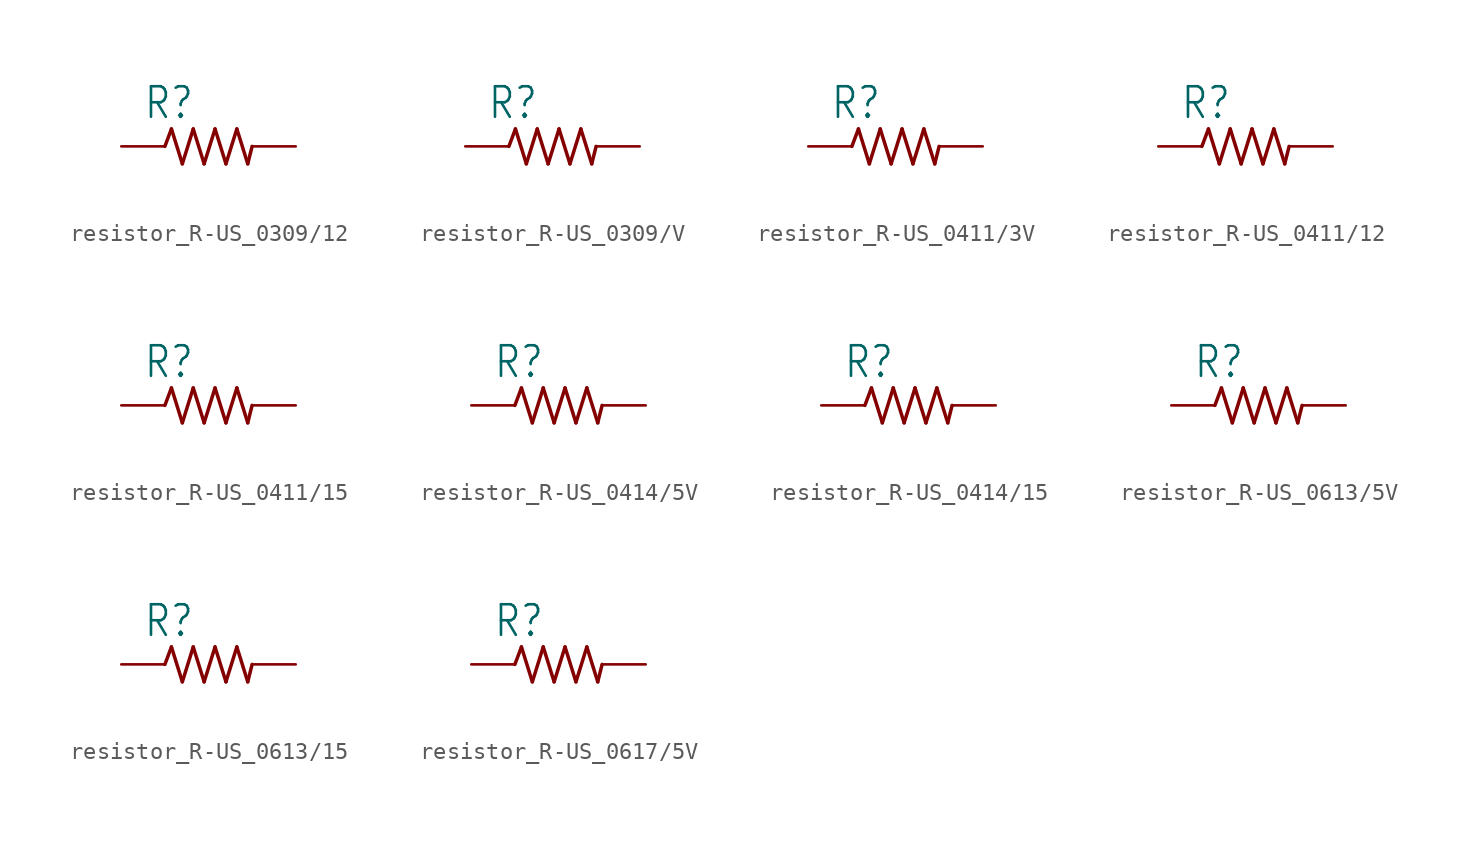
<source format=kicad_sym>
(kicad_symbol_lib
  (version 20231120)
  (generator "kicad_symbol_editor")
  (generator_version "8.0")
  (symbol "resistor_R-US_0309/12"
    (property "Reference" "R"
      (at -3.81 1.499 0)
      (effects (font (size 1.778 1.511)) (justify left bottom)))
    (property "Value" ""
      (at -3.81 -3.302 0)
      (effects (font (size 1.778 1.511)) (justify left bottom)))
    (property "ki_locked" ""
      (at 0 0 0)
      (effects (font (size 1.27 1.27))))
    (symbol "resistor_R-US_0309/12_1_0"
      (polyline (pts (xy -2.54 0) (xy -2.159 1.016)) (stroke (width 0.203) (type solid)) (fill (type none)))
      (polyline (pts (xy -2.159 1.016) (xy -1.524 -1.016)) (stroke (width 0.203) (type solid)) (fill (type none)))
      (polyline (pts (xy -1.524 -1.016) (xy -0.889 1.016)) (stroke (width 0.203) (type solid)) (fill (type none)))
      (polyline (pts (xy -0.889 1.016) (xy -0.254 -1.016)) (stroke (width 0.203) (type solid)) (fill (type none)))
      (polyline (pts (xy -0.254 -1.016) (xy 0.381 1.016)) (stroke (width 0.203) (type solid)) (fill (type none)))
      (polyline (pts (xy 0.381 1.016) (xy 1.016 -1.016)) (stroke (width 0.203) (type solid)) (fill (type none)))
      (polyline (pts (xy 1.016 -1.016) (xy 1.651 1.016)) (stroke (width 0.203) (type solid)) (fill (type none)))
      (polyline (pts (xy 1.651 1.016) (xy 2.286 -1.016)) (stroke (width 0.203) (type solid)) (fill (type none)))
      (polyline (pts (xy 2.286 -1.016) (xy 2.54 0)) (stroke (width 0.203) (type solid)) (fill (type none)))
      (pin passive line (at -5.08 0 0) (length 2.54) (name "1" (effects (font (size 0 0)))) (number "1" (effects (font (size 0 0)))))
      (pin passive line (at 5.08 0 180) (length 2.54) (name "2" (effects (font (size 0 0)))) (number "2" (effects (font (size 0 0)))))))
  (symbol "resistor_R-US_0309/V"
    (property "Reference" "R"
      (at -3.81 1.499 0)
      (effects (font (size 1.778 1.511)) (justify left bottom)))
    (property "Value" ""
      (at -3.81 -3.302 0)
      (effects (font (size 1.778 1.511)) (justify left bottom)))
    (property "ki_locked" ""
      (at 0 0 0)
      (effects (font (size 1.27 1.27))))
    (symbol "resistor_R-US_0309/V_1_0"
      (polyline (pts (xy -2.54 0) (xy -2.159 1.016)) (stroke (width 0.203) (type solid)) (fill (type none)))
      (polyline (pts (xy -2.159 1.016) (xy -1.524 -1.016)) (stroke (width 0.203) (type solid)) (fill (type none)))
      (polyline (pts (xy -1.524 -1.016) (xy -0.889 1.016)) (stroke (width 0.203) (type solid)) (fill (type none)))
      (polyline (pts (xy -0.889 1.016) (xy -0.254 -1.016)) (stroke (width 0.203) (type solid)) (fill (type none)))
      (polyline (pts (xy -0.254 -1.016) (xy 0.381 1.016)) (stroke (width 0.203) (type solid)) (fill (type none)))
      (polyline (pts (xy 0.381 1.016) (xy 1.016 -1.016)) (stroke (width 0.203) (type solid)) (fill (type none)))
      (polyline (pts (xy 1.016 -1.016) (xy 1.651 1.016)) (stroke (width 0.203) (type solid)) (fill (type none)))
      (polyline (pts (xy 1.651 1.016) (xy 2.286 -1.016)) (stroke (width 0.203) (type solid)) (fill (type none)))
      (polyline (pts (xy 2.286 -1.016) (xy 2.54 0)) (stroke (width 0.203) (type solid)) (fill (type none)))
      (pin passive line (at -5.08 0 0) (length 2.54) (name "1" (effects (font (size 0 0)))) (number "1" (effects (font (size 0 0)))))
      (pin passive line (at 5.08 0 180) (length 2.54) (name "2" (effects (font (size 0 0)))) (number "2" (effects (font (size 0 0)))))))
  (symbol "resistor_R-US_0411/3V"
    (property "Reference" "R"
      (at -3.81 1.499 0)
      (effects (font (size 1.778 1.511)) (justify left bottom)))
    (property "Value" ""
      (at -3.81 -3.302 0)
      (effects (font (size 1.778 1.511)) (justify left bottom)))
    (property "ki_locked" ""
      (at 0 0 0)
      (effects (font (size 1.27 1.27))))
    (symbol "resistor_R-US_0411/3V_1_0"
      (polyline (pts (xy -2.54 0) (xy -2.159 1.016)) (stroke (width 0.203) (type solid)) (fill (type none)))
      (polyline (pts (xy -2.159 1.016) (xy -1.524 -1.016)) (stroke (width 0.203) (type solid)) (fill (type none)))
      (polyline (pts (xy -1.524 -1.016) (xy -0.889 1.016)) (stroke (width 0.203) (type solid)) (fill (type none)))
      (polyline (pts (xy -0.889 1.016) (xy -0.254 -1.016)) (stroke (width 0.203) (type solid)) (fill (type none)))
      (polyline (pts (xy -0.254 -1.016) (xy 0.381 1.016)) (stroke (width 0.203) (type solid)) (fill (type none)))
      (polyline (pts (xy 0.381 1.016) (xy 1.016 -1.016)) (stroke (width 0.203) (type solid)) (fill (type none)))
      (polyline (pts (xy 1.016 -1.016) (xy 1.651 1.016)) (stroke (width 0.203) (type solid)) (fill (type none)))
      (polyline (pts (xy 1.651 1.016) (xy 2.286 -1.016)) (stroke (width 0.203) (type solid)) (fill (type none)))
      (polyline (pts (xy 2.286 -1.016) (xy 2.54 0)) (stroke (width 0.203) (type solid)) (fill (type none)))
      (pin passive line (at -5.08 0 0) (length 2.54) (name "1" (effects (font (size 0 0)))) (number "1" (effects (font (size 0 0)))))
      (pin passive line (at 5.08 0 180) (length 2.54) (name "2" (effects (font (size 0 0)))) (number "2" (effects (font (size 0 0)))))))
  (symbol "resistor_R-US_0411/12"
    (property "Reference" "R"
      (at -3.81 1.499 0)
      (effects (font (size 1.778 1.511)) (justify left bottom)))
    (property "Value" ""
      (at -3.81 -3.302 0)
      (effects (font (size 1.778 1.511)) (justify left bottom)))
    (property "ki_locked" ""
      (at 0 0 0)
      (effects (font (size 1.27 1.27))))
    (symbol "resistor_R-US_0411/12_1_0"
      (polyline (pts (xy -2.54 0) (xy -2.159 1.016)) (stroke (width 0.203) (type solid)) (fill (type none)))
      (polyline (pts (xy -2.159 1.016) (xy -1.524 -1.016)) (stroke (width 0.203) (type solid)) (fill (type none)))
      (polyline (pts (xy -1.524 -1.016) (xy -0.889 1.016)) (stroke (width 0.203) (type solid)) (fill (type none)))
      (polyline (pts (xy -0.889 1.016) (xy -0.254 -1.016)) (stroke (width 0.203) (type solid)) (fill (type none)))
      (polyline (pts (xy -0.254 -1.016) (xy 0.381 1.016)) (stroke (width 0.203) (type solid)) (fill (type none)))
      (polyline (pts (xy 0.381 1.016) (xy 1.016 -1.016)) (stroke (width 0.203) (type solid)) (fill (type none)))
      (polyline (pts (xy 1.016 -1.016) (xy 1.651 1.016)) (stroke (width 0.203) (type solid)) (fill (type none)))
      (polyline (pts (xy 1.651 1.016) (xy 2.286 -1.016)) (stroke (width 0.203) (type solid)) (fill (type none)))
      (polyline (pts (xy 2.286 -1.016) (xy 2.54 0)) (stroke (width 0.203) (type solid)) (fill (type none)))
      (pin passive line (at -5.08 0 0) (length 2.54) (name "1" (effects (font (size 0 0)))) (number "1" (effects (font (size 0 0)))))
      (pin passive line (at 5.08 0 180) (length 2.54) (name "2" (effects (font (size 0 0)))) (number "2" (effects (font (size 0 0)))))))
  (symbol "resistor_R-US_0411/15"
    (property "Reference" "R"
      (at -3.81 1.499 0)
      (effects (font (size 1.778 1.511)) (justify left bottom)))
    (property "Value" ""
      (at -3.81 -3.302 0)
      (effects (font (size 1.778 1.511)) (justify left bottom)))
    (property "ki_locked" ""
      (at 0 0 0)
      (effects (font (size 1.27 1.27))))
    (symbol "resistor_R-US_0411/15_1_0"
      (polyline (pts (xy -2.54 0) (xy -2.159 1.016)) (stroke (width 0.203) (type solid)) (fill (type none)))
      (polyline (pts (xy -2.159 1.016) (xy -1.524 -1.016)) (stroke (width 0.203) (type solid)) (fill (type none)))
      (polyline (pts (xy -1.524 -1.016) (xy -0.889 1.016)) (stroke (width 0.203) (type solid)) (fill (type none)))
      (polyline (pts (xy -0.889 1.016) (xy -0.254 -1.016)) (stroke (width 0.203) (type solid)) (fill (type none)))
      (polyline (pts (xy -0.254 -1.016) (xy 0.381 1.016)) (stroke (width 0.203) (type solid)) (fill (type none)))
      (polyline (pts (xy 0.381 1.016) (xy 1.016 -1.016)) (stroke (width 0.203) (type solid)) (fill (type none)))
      (polyline (pts (xy 1.016 -1.016) (xy 1.651 1.016)) (stroke (width 0.203) (type solid)) (fill (type none)))
      (polyline (pts (xy 1.651 1.016) (xy 2.286 -1.016)) (stroke (width 0.203) (type solid)) (fill (type none)))
      (polyline (pts (xy 2.286 -1.016) (xy 2.54 0)) (stroke (width 0.203) (type solid)) (fill (type none)))
      (pin passive line (at -5.08 0 0) (length 2.54) (name "1" (effects (font (size 0 0)))) (number "1" (effects (font (size 0 0)))))
      (pin passive line (at 5.08 0 180) (length 2.54) (name "2" (effects (font (size 0 0)))) (number "2" (effects (font (size 0 0)))))))
  (symbol "resistor_R-US_0414/5V"
    (property "Reference" "R"
      (at -3.81 1.499 0)
      (effects (font (size 1.778 1.511)) (justify left bottom)))
    (property "Value" ""
      (at -3.81 -3.302 0)
      (effects (font (size 1.778 1.511)) (justify left bottom)))
    (property "ki_locked" ""
      (at 0 0 0)
      (effects (font (size 1.27 1.27))))
    (symbol "resistor_R-US_0414/5V_1_0"
      (polyline (pts (xy -2.54 0) (xy -2.159 1.016)) (stroke (width 0.203) (type solid)) (fill (type none)))
      (polyline (pts (xy -2.159 1.016) (xy -1.524 -1.016)) (stroke (width 0.203) (type solid)) (fill (type none)))
      (polyline (pts (xy -1.524 -1.016) (xy -0.889 1.016)) (stroke (width 0.203) (type solid)) (fill (type none)))
      (polyline (pts (xy -0.889 1.016) (xy -0.254 -1.016)) (stroke (width 0.203) (type solid)) (fill (type none)))
      (polyline (pts (xy -0.254 -1.016) (xy 0.381 1.016)) (stroke (width 0.203) (type solid)) (fill (type none)))
      (polyline (pts (xy 0.381 1.016) (xy 1.016 -1.016)) (stroke (width 0.203) (type solid)) (fill (type none)))
      (polyline (pts (xy 1.016 -1.016) (xy 1.651 1.016)) (stroke (width 0.203) (type solid)) (fill (type none)))
      (polyline (pts (xy 1.651 1.016) (xy 2.286 -1.016)) (stroke (width 0.203) (type solid)) (fill (type none)))
      (polyline (pts (xy 2.286 -1.016) (xy 2.54 0)) (stroke (width 0.203) (type solid)) (fill (type none)))
      (pin passive line (at -5.08 0 0) (length 2.54) (name "1" (effects (font (size 0 0)))) (number "1" (effects (font (size 0 0)))))
      (pin passive line (at 5.08 0 180) (length 2.54) (name "2" (effects (font (size 0 0)))) (number "2" (effects (font (size 0 0)))))))
  (symbol "resistor_R-US_0414/15"
    (property "Reference" "R"
      (at -3.81 1.499 0)
      (effects (font (size 1.778 1.511)) (justify left bottom)))
    (property "Value" ""
      (at -3.81 -3.302 0)
      (effects (font (size 1.778 1.511)) (justify left bottom)))
    (property "ki_locked" ""
      (at 0 0 0)
      (effects (font (size 1.27 1.27))))
    (symbol "resistor_R-US_0414/15_1_0"
      (polyline (pts (xy -2.54 0) (xy -2.159 1.016)) (stroke (width 0.203) (type solid)) (fill (type none)))
      (polyline (pts (xy -2.159 1.016) (xy -1.524 -1.016)) (stroke (width 0.203) (type solid)) (fill (type none)))
      (polyline (pts (xy -1.524 -1.016) (xy -0.889 1.016)) (stroke (width 0.203) (type solid)) (fill (type none)))
      (polyline (pts (xy -0.889 1.016) (xy -0.254 -1.016)) (stroke (width 0.203) (type solid)) (fill (type none)))
      (polyline (pts (xy -0.254 -1.016) (xy 0.381 1.016)) (stroke (width 0.203) (type solid)) (fill (type none)))
      (polyline (pts (xy 0.381 1.016) (xy 1.016 -1.016)) (stroke (width 0.203) (type solid)) (fill (type none)))
      (polyline (pts (xy 1.016 -1.016) (xy 1.651 1.016)) (stroke (width 0.203) (type solid)) (fill (type none)))
      (polyline (pts (xy 1.651 1.016) (xy 2.286 -1.016)) (stroke (width 0.203) (type solid)) (fill (type none)))
      (polyline (pts (xy 2.286 -1.016) (xy 2.54 0)) (stroke (width 0.203) (type solid)) (fill (type none)))
      (pin passive line (at -5.08 0 0) (length 2.54) (name "1" (effects (font (size 0 0)))) (number "1" (effects (font (size 0 0)))))
      (pin passive line (at 5.08 0 180) (length 2.54) (name "2" (effects (font (size 0 0)))) (number "2" (effects (font (size 0 0)))))))
  (symbol "resistor_R-US_0613/5V"
    (property "Reference" "R"
      (at -3.81 1.499 0)
      (effects (font (size 1.778 1.511)) (justify left bottom)))
    (property "Value" ""
      (at -3.81 -3.302 0)
      (effects (font (size 1.778 1.511)) (justify left bottom)))
    (property "ki_locked" ""
      (at 0 0 0)
      (effects (font (size 1.27 1.27))))
    (symbol "resistor_R-US_0613/5V_1_0"
      (polyline (pts (xy -2.54 0) (xy -2.159 1.016)) (stroke (width 0.203) (type solid)) (fill (type none)))
      (polyline (pts (xy -2.159 1.016) (xy -1.524 -1.016)) (stroke (width 0.203) (type solid)) (fill (type none)))
      (polyline (pts (xy -1.524 -1.016) (xy -0.889 1.016)) (stroke (width 0.203) (type solid)) (fill (type none)))
      (polyline (pts (xy -0.889 1.016) (xy -0.254 -1.016)) (stroke (width 0.203) (type solid)) (fill (type none)))
      (polyline (pts (xy -0.254 -1.016) (xy 0.381 1.016)) (stroke (width 0.203) (type solid)) (fill (type none)))
      (polyline (pts (xy 0.381 1.016) (xy 1.016 -1.016)) (stroke (width 0.203) (type solid)) (fill (type none)))
      (polyline (pts (xy 1.016 -1.016) (xy 1.651 1.016)) (stroke (width 0.203) (type solid)) (fill (type none)))
      (polyline (pts (xy 1.651 1.016) (xy 2.286 -1.016)) (stroke (width 0.203) (type solid)) (fill (type none)))
      (polyline (pts (xy 2.286 -1.016) (xy 2.54 0)) (stroke (width 0.203) (type solid)) (fill (type none)))
      (pin passive line (at -5.08 0 0) (length 2.54) (name "1" (effects (font (size 0 0)))) (number "1" (effects (font (size 0 0)))))
      (pin passive line (at 5.08 0 180) (length 2.54) (name "2" (effects (font (size 0 0)))) (number "2" (effects (font (size 0 0)))))))
  (symbol "resistor_R-US_0613/15"
    (property "Reference" "R"
      (at -3.81 1.499 0)
      (effects (font (size 1.778 1.511)) (justify left bottom)))
    (property "Value" ""
      (at -3.81 -3.302 0)
      (effects (font (size 1.778 1.511)) (justify left bottom)))
    (property "ki_locked" ""
      (at 0 0 0)
      (effects (font (size 1.27 1.27))))
    (symbol "resistor_R-US_0613/15_1_0"
      (polyline (pts (xy -2.54 0) (xy -2.159 1.016)) (stroke (width 0.203) (type solid)) (fill (type none)))
      (polyline (pts (xy -2.159 1.016) (xy -1.524 -1.016)) (stroke (width 0.203) (type solid)) (fill (type none)))
      (polyline (pts (xy -1.524 -1.016) (xy -0.889 1.016)) (stroke (width 0.203) (type solid)) (fill (type none)))
      (polyline (pts (xy -0.889 1.016) (xy -0.254 -1.016)) (stroke (width 0.203) (type solid)) (fill (type none)))
      (polyline (pts (xy -0.254 -1.016) (xy 0.381 1.016)) (stroke (width 0.203) (type solid)) (fill (type none)))
      (polyline (pts (xy 0.381 1.016) (xy 1.016 -1.016)) (stroke (width 0.203) (type solid)) (fill (type none)))
      (polyline (pts (xy 1.016 -1.016) (xy 1.651 1.016)) (stroke (width 0.203) (type solid)) (fill (type none)))
      (polyline (pts (xy 1.651 1.016) (xy 2.286 -1.016)) (stroke (width 0.203) (type solid)) (fill (type none)))
      (polyline (pts (xy 2.286 -1.016) (xy 2.54 0)) (stroke (width 0.203) (type solid)) (fill (type none)))
      (pin passive line (at -5.08 0 0) (length 2.54) (name "1" (effects (font (size 0 0)))) (number "1" (effects (font (size 0 0)))))
      (pin passive line (at 5.08 0 180) (length 2.54) (name "2" (effects (font (size 0 0)))) (number "2" (effects (font (size 0 0)))))))
  (symbol "resistor_R-US_0617/5V"
    (property "Reference" "R"
      (at -3.81 1.499 0)
      (effects (font (size 1.778 1.511)) (justify left bottom)))
    (property "Value" ""
      (at -3.81 -3.302 0)
      (effects (font (size 1.778 1.511)) (justify left bottom)))
    (property "ki_locked" ""
      (at 0 0 0)
      (effects (font (size 1.27 1.27))))
    (symbol "resistor_R-US_0617/5V_1_0"
      (polyline (pts (xy -2.54 0) (xy -2.159 1.016)) (stroke (width 0.203) (type solid)) (fill (type none)))
      (polyline (pts (xy -2.159 1.016) (xy -1.524 -1.016)) (stroke (width 0.203) (type solid)) (fill (type none)))
      (polyline (pts (xy -1.524 -1.016) (xy -0.889 1.016)) (stroke (width 0.203) (type solid)) (fill (type none)))
      (polyline (pts (xy -0.889 1.016) (xy -0.254 -1.016)) (stroke (width 0.203) (type solid)) (fill (type none)))
      (polyline (pts (xy -0.254 -1.016) (xy 0.381 1.016)) (stroke (width 0.203) (type solid)) (fill (type none)))
      (polyline (pts (xy 0.381 1.016) (xy 1.016 -1.016)) (stroke (width 0.203) (type solid)) (fill (type none)))
      (polyline (pts (xy 1.016 -1.016) (xy 1.651 1.016)) (stroke (width 0.203) (type solid)) (fill (type none)))
      (polyline (pts (xy 1.651 1.016) (xy 2.286 -1.016)) (stroke (width 0.203) (type solid)) (fill (type none)))
      (polyline (pts (xy 2.286 -1.016) (xy 2.54 0)) (stroke (width 0.203) (type solid)) (fill (type none)))
      (pin passive line (at -5.08 0 0) (length 2.54) (name "1" (effects (font (size 0 0)))) (number "1" (effects (font (size 0 0)))))
      (pin passive line (at 5.08 0 180) (length 2.54) (name "2" (effects (font (size 0 0)))) (number "2" (effects (font (size 0 0))))))))
</source>
